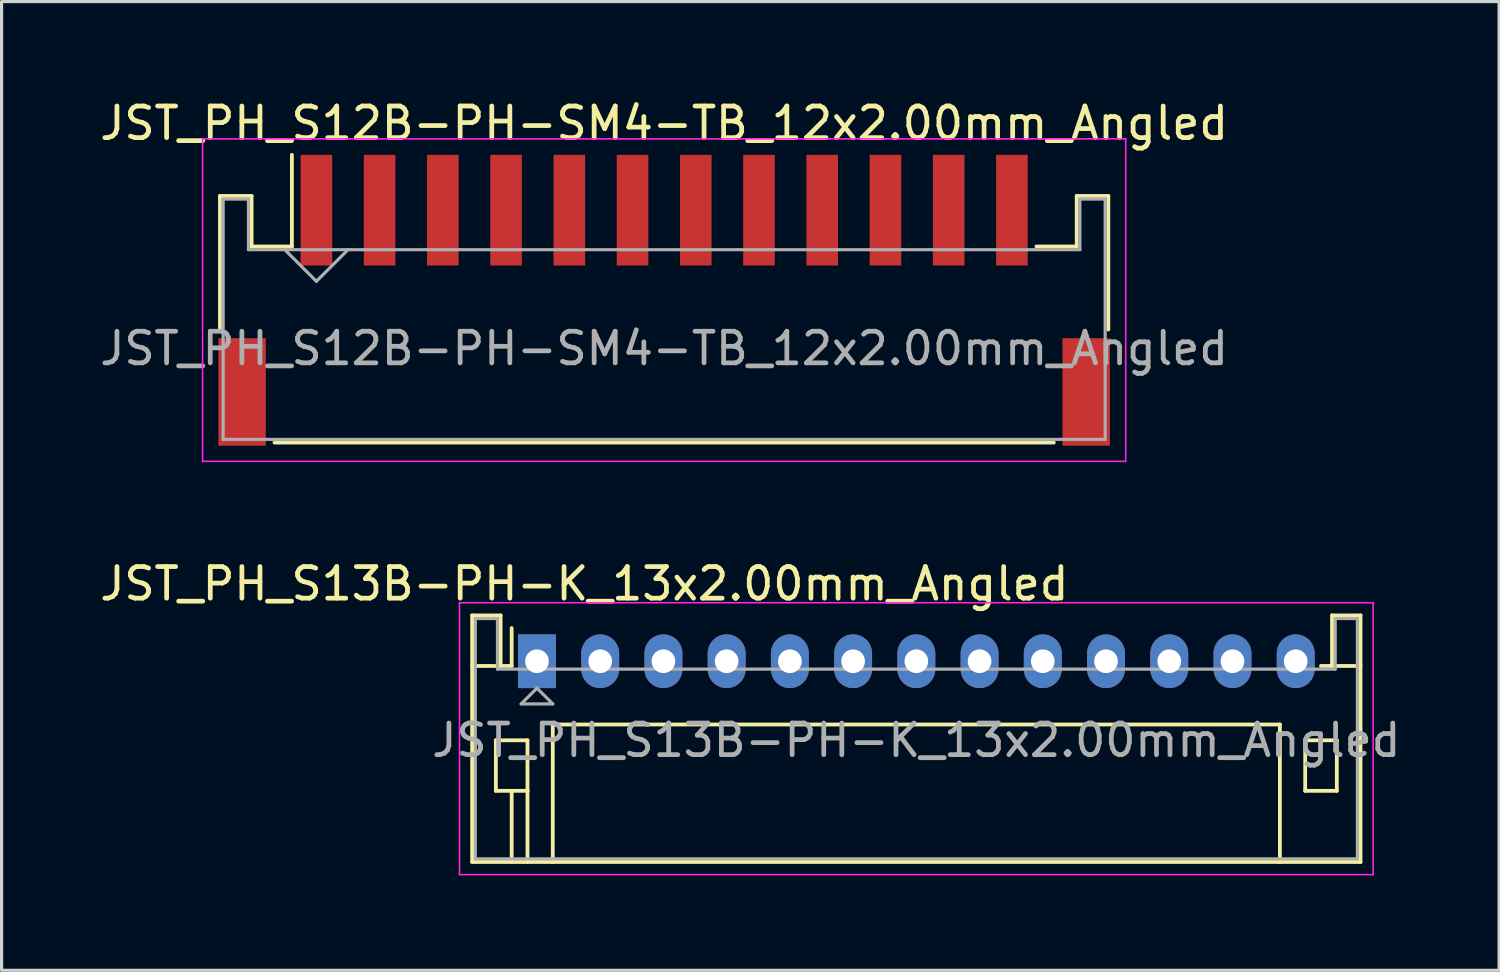
<source format=kicad_pcb>
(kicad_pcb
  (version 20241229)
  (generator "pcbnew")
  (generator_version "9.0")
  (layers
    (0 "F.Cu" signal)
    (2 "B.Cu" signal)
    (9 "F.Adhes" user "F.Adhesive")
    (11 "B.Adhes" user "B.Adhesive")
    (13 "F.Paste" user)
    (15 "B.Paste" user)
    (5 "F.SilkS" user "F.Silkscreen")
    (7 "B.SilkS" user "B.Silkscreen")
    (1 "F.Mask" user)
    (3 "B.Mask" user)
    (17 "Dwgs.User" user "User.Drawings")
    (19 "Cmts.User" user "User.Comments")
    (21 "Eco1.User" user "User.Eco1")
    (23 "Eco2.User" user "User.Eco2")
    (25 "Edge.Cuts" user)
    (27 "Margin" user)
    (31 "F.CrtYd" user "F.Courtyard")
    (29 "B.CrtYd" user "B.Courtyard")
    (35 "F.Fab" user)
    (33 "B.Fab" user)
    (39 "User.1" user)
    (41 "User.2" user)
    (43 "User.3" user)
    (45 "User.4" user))
  (footprint "JST_PH_S12B-PH-SM4-TB_12x2.00mm_Angled"
    (layer "F.Cu")
    (at 17.958 6.473)
    (property "Reference" "JST_PH_S12B-PH-SM4-TB_12x2.00mm_Angled" (at 0 -5.625 0) (layer "F.SilkS") (effects (font (size 1 1) (thickness 0.15))))
    (attr smd)
    (fp_line (start -14.05 -3.325) (end -14.05 0.9) (stroke (width 0.12) (type solid)) (layer "F.SilkS"))
    (fp_line (start -13.05 -3.325) (end -14.05 -3.325) (stroke (width 0.12) (type solid)) (layer "F.SilkS"))
    (fp_line (start -13.05 -1.725) (end -13.05 -3.325) (stroke (width 0.12) (type solid)) (layer "F.SilkS"))
    (fp_line (start -12.325 4.475) (end 12.325 4.475) (stroke (width 0.12) (type solid)) (layer "F.SilkS"))
    (fp_line (start -11.775 -1.725) (end -13.05 -1.725) (stroke (width 0.12) (type solid)) (layer "F.SilkS"))
    (fp_line (start -11.775 -1.725) (end -11.775 -4.625) (stroke (width 0.12) (type solid)) (layer "F.SilkS"))
    (fp_line (start 13.05 -3.325) (end 13.05 -1.725) (stroke (width 0.12) (type solid)) (layer "F.SilkS"))
    (fp_line (start 13.05 -1.725) (end 11.775 -1.725) (stroke (width 0.12) (type solid)) (layer "F.SilkS"))
    (fp_line (start 14.05 -3.325) (end 13.05 -3.325) (stroke (width 0.12) (type solid)) (layer "F.SilkS"))
    (fp_line (start 14.05 0.9) (end 14.05 -3.325) (stroke (width 0.12) (type solid)) (layer "F.SilkS"))
    (fp_line (start -14.6 -5.13) (end -14.6 5.07) (stroke (width 0.05) (type solid)) (layer "F.CrtYd"))
    (fp_line (start -14.6 5.07) (end 14.6 5.07) (stroke (width 0.05) (type solid)) (layer "F.CrtYd"))
    (fp_line (start 14.6 -5.13) (end -14.6 -5.13) (stroke (width 0.05) (type solid)) (layer "F.CrtYd"))
    (fp_line (start 14.6 5.07) (end 14.6 -5.13) (stroke (width 0.05) (type solid)) (layer "F.CrtYd"))
    (fp_line (start -13.95 -3.225) (end -13.95 4.375) (stroke (width 0.1) (type solid)) (layer "F.Fab"))
    (fp_line (start -13.95 4.375) (end 13.95 4.375) (stroke (width 0.1) (type solid)) (layer "F.Fab"))
    (fp_line (start -13.15 -3.225) (end -13.95 -3.225) (stroke (width 0.1) (type solid)) (layer "F.Fab"))
    (fp_line (start -13.15 -1.625) (end -13.15 -3.225) (stroke (width 0.1) (type solid)) (layer "F.Fab"))
    (fp_line (start -12 -1.625) (end -11 -0.625) (stroke (width 0.1) (type solid)) (layer "F.Fab"))
    (fp_line (start -11 -0.625) (end -10 -1.625) (stroke (width 0.1) (type solid)) (layer "F.Fab"))
    (fp_line (start 13.15 -3.225) (end 13.15 -1.625) (stroke (width 0.1) (type solid)) (layer "F.Fab"))
    (fp_line (start 13.15 -1.625) (end -13.15 -1.625) (stroke (width 0.1) (type solid)) (layer "F.Fab"))
    (fp_line (start 13.95 -3.225) (end 13.15 -3.225) (stroke (width 0.1) (type solid)) (layer "F.Fab"))
    (fp_line (start 13.95 4.375) (end 13.95 -3.225) (stroke (width 0.1) (type solid)) (layer "F.Fab"))
    (fp_text user "${REFERENCE}" (at 0 1.5 0) (layer "F.Fab") (effects (font (size 1 1) (thickness 0.15))))
    (pad "" smd rect (at -13.35 2.875) (size 1.5 3.4) (layers "F.Cu" "F.Mask" "F.Paste"))
    (pad "" smd rect (at 13.35 2.875) (size 1.5 3.4) (layers "F.Cu" "F.Mask" "F.Paste"))
    (pad "1" smd rect (at -11 -2.875) (size 1 3.5) (layers "F.Cu" "F.Mask" "F.Paste"))
    (pad "2" smd rect (at -9 -2.875) (size 1 3.5) (layers "F.Cu" "F.Mask" "F.Paste"))
    (pad "3" smd rect (at -7 -2.875) (size 1 3.5) (layers "F.Cu" "F.Mask" "F.Paste"))
    (pad "4" smd rect (at -5 -2.875) (size 1 3.5) (layers "F.Cu" "F.Mask" "F.Paste"))
    (pad "5" smd rect (at -3 -2.875) (size 1 3.5) (layers "F.Cu" "F.Mask" "F.Paste"))
    (pad "6" smd rect (at -1 -2.875) (size 1 3.5) (layers "F.Cu" "F.Mask" "F.Paste"))
    (pad "7" smd rect (at 1 -2.875) (size 1 3.5) (layers "F.Cu" "F.Mask" "F.Paste"))
    (pad "8" smd rect (at 3 -2.875) (size 1 3.5) (layers "F.Cu" "F.Mask" "F.Paste"))
    (pad "9" smd rect (at 5 -2.875) (size 1 3.5) (layers "F.Cu" "F.Mask" "F.Paste"))
    (pad "10" smd rect (at 7 -2.875) (size 1 3.5) (layers "F.Cu" "F.Mask" "F.Paste"))
    (pad "11" smd rect (at 9 -2.875) (size 1 3.5) (layers "F.Cu" "F.Mask" "F.Paste"))
    (pad "12" smd rect (at 11 -2.875) (size 1 3.5) (layers "F.Cu" "F.Mask" "F.Paste")))
  (footprint "JST_PH_S13B-PH-K_13x2.00mm_Angled"
    (layer "F.Cu")
    (at 13.935 17.866)
    (property "Reference" "JST_PH_S13B-PH-K_13x2.00mm_Angled" (at 1.5 -2.45 0) (layer "F.SilkS") (effects (font (size 1 1) (thickness 0.15))))
    (attr through_hole)
    (fp_line (start -2.05 -1.45) (end -2.05 6.35) (stroke (width 0.12) (type solid)) (layer "F.SilkS"))
    (fp_line (start -2.05 0.15) (end -1.15 0.15) (stroke (width 0.12) (type solid)) (layer "F.SilkS"))
    (fp_line (start -2.05 6.35) (end 26.05 6.35) (stroke (width 0.12) (type solid)) (layer "F.SilkS"))
    (fp_line (start -1.3 2.5) (end -1.3 4.1) (stroke (width 0.12) (type solid)) (layer "F.SilkS"))
    (fp_line (start -1.3 4.1) (end -0.3 4.1) (stroke (width 0.12) (type solid)) (layer "F.SilkS"))
    (fp_line (start -1.15 -1.45) (end -2.05 -1.45) (stroke (width 0.12) (type solid)) (layer "F.SilkS"))
    (fp_line (start -1.15 0.15) (end -1.15 -1.45) (stroke (width 0.12) (type solid)) (layer "F.SilkS"))
    (fp_line (start -0.8 0.15) (end -1.15 0.15) (stroke (width 0.12) (type solid)) (layer "F.SilkS"))
    (fp_line (start -0.8 0.15) (end -0.8 -1.05) (stroke (width 0.12) (type solid)) (layer "F.SilkS"))
    (fp_line (start -0.8 4.1) (end -0.8 6.35) (stroke (width 0.12) (type solid)) (layer "F.SilkS"))
    (fp_line (start -0.3 2.5) (end -1.3 2.5) (stroke (width 0.12) (type solid)) (layer "F.SilkS"))
    (fp_line (start -0.3 4.1) (end -0.3 2.5) (stroke (width 0.12) (type solid)) (layer "F.SilkS"))
    (fp_line (start -0.3 4.1) (end -0.3 6.35) (stroke (width 0.12) (type solid)) (layer "F.SilkS"))
    (fp_line (start 0.5 2) (end 23.5 2) (stroke (width 0.12) (type solid)) (layer "F.SilkS"))
    (fp_line (start 0.5 6.35) (end 0.5 2) (stroke (width 0.12) (type solid)) (layer "F.SilkS"))
    (fp_line (start 23.5 2) (end 23.5 6.35) (stroke (width 0.12) (type solid)) (layer "F.SilkS"))
    (fp_line (start 24.3 2.5) (end 25.3 2.5) (stroke (width 0.12) (type solid)) (layer "F.SilkS"))
    (fp_line (start 24.3 4.1) (end 24.3 2.5) (stroke (width 0.12) (type solid)) (layer "F.SilkS"))
    (fp_line (start 25.15 -1.45) (end 25.15 0.15) (stroke (width 0.12) (type solid)) (layer "F.SilkS"))
    (fp_line (start 25.15 0.15) (end 24.8 0.15) (stroke (width 0.12) (type solid)) (layer "F.SilkS"))
    (fp_line (start 25.3 2.5) (end 25.3 4.1) (stroke (width 0.12) (type solid)) (layer "F.SilkS"))
    (fp_line (start 25.3 4.1) (end 24.3 4.1) (stroke (width 0.12) (type solid)) (layer "F.SilkS"))
    (fp_line (start 26.05 -1.45) (end 25.15 -1.45) (stroke (width 0.12) (type solid)) (layer "F.SilkS"))
    (fp_line (start 26.05 0.15) (end 25.15 0.15) (stroke (width 0.12) (type solid)) (layer "F.SilkS"))
    (fp_line (start 26.05 6.35) (end 26.05 -1.45) (stroke (width 0.12) (type solid)) (layer "F.SilkS"))
    (fp_line (start -2.45 -1.85) (end -2.45 6.75) (stroke (width 0.05) (type solid)) (layer "F.CrtYd"))
    (fp_line (start -2.45 6.75) (end 26.45 6.75) (stroke (width 0.05) (type solid)) (layer "F.CrtYd"))
    (fp_line (start 26.45 -1.85) (end -2.45 -1.85) (stroke (width 0.05) (type solid)) (layer "F.CrtYd"))
    (fp_line (start 26.45 6.75) (end 26.45 -1.85) (stroke (width 0.05) (type solid)) (layer "F.CrtYd"))
    (fp_line (start -1.95 -1.35) (end -1.95 6.25) (stroke (width 0.1) (type solid)) (layer "F.Fab"))
    (fp_line (start -1.95 6.25) (end 25.95 6.25) (stroke (width 0.1) (type solid)) (layer "F.Fab"))
    (fp_line (start -1.25 -1.35) (end -1.95 -1.35) (stroke (width 0.1) (type solid)) (layer "F.Fab"))
    (fp_line (start -1.25 0.25) (end -1.25 -1.35) (stroke (width 0.1) (type solid)) (layer "F.Fab"))
    (fp_line (start -0.5 1.35) (end 0.5 1.35) (stroke (width 0.1) (type solid)) (layer "F.Fab"))
    (fp_line (start 0 0.85) (end -0.5 1.35) (stroke (width 0.1) (type solid)) (layer "F.Fab"))
    (fp_line (start 0.5 1.35) (end 0 0.85) (stroke (width 0.1) (type solid)) (layer "F.Fab"))
    (fp_line (start 25.25 -1.35) (end 25.25 0.25) (stroke (width 0.1) (type solid)) (layer "F.Fab"))
    (fp_line (start 25.25 0.25) (end -1.25 0.25) (stroke (width 0.1) (type solid)) (layer "F.Fab"))
    (fp_line (start 25.95 -1.35) (end 25.25 -1.35) (stroke (width 0.1) (type solid)) (layer "F.Fab"))
    (fp_line (start 25.95 6.25) (end 25.95 -1.35) (stroke (width 0.1) (type solid)) (layer "F.Fab"))
    (fp_text user "${REFERENCE}" (at 12 2.5 0) (layer "F.Fab") (effects (font (size 1 1) (thickness 0.15))))
    (pad "1" thru_hole rect (at 0 0) (size 1.2 1.7) (drill 0.75) (layers "*.Cu" "*.Mask"))
    (pad "2" thru_hole oval (at 2 0) (size 1.2 1.7) (drill 0.75) (layers "*.Cu" "*.Mask"))
    (pad "3" thru_hole oval (at 4 0) (size 1.2 1.7) (drill 0.75) (layers "*.Cu" "*.Mask"))
    (pad "4" thru_hole oval (at 6 0) (size 1.2 1.7) (drill 0.75) (layers "*.Cu" "*.Mask"))
    (pad "5" thru_hole oval (at 8 0) (size 1.2 1.7) (drill 0.75) (layers "*.Cu" "*.Mask"))
    (pad "6" thru_hole oval (at 10 0) (size 1.2 1.7) (drill 0.75) (layers "*.Cu" "*.Mask"))
    (pad "7" thru_hole oval (at 12 0) (size 1.2 1.7) (drill 0.75) (layers "*.Cu" "*.Mask"))
    (pad "8" thru_hole oval (at 14 0) (size 1.2 1.7) (drill 0.75) (layers "*.Cu" "*.Mask"))
    (pad "9" thru_hole oval (at 16 0) (size 1.2 1.7) (drill 0.75) (layers "*.Cu" "*.Mask"))
    (pad "10" thru_hole oval (at 18 0) (size 1.2 1.7) (drill 0.75) (layers "*.Cu" "*.Mask"))
    (pad "11" thru_hole oval (at 20 0) (size 1.2 1.7) (drill 0.75) (layers "*.Cu" "*.Mask"))
    (pad "12" thru_hole oval (at 22 0) (size 1.2 1.7) (drill 0.75) (layers "*.Cu" "*.Mask"))
    (pad "13" thru_hole oval (at 24 0) (size 1.2 1.7) (drill 0.75) (layers "*.Cu" "*.Mask")))
  (gr_rect
    (start -3 -3)
    (end 44.369 27.642)
    (stroke (width 0.1) (type default))
    (fill no)
    (layer "Edge.Cuts")))
</source>
